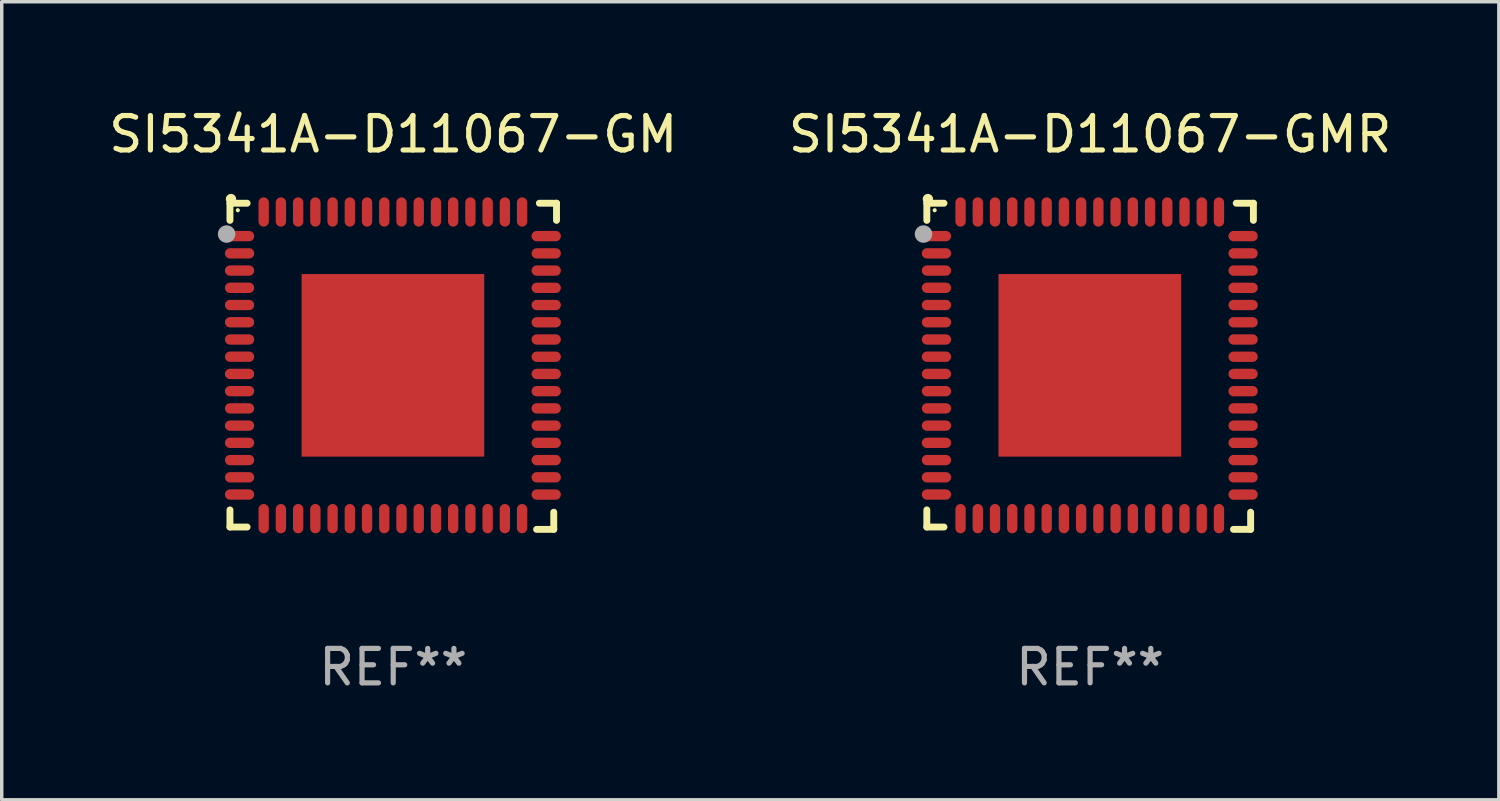
<source format=kicad_pcb>
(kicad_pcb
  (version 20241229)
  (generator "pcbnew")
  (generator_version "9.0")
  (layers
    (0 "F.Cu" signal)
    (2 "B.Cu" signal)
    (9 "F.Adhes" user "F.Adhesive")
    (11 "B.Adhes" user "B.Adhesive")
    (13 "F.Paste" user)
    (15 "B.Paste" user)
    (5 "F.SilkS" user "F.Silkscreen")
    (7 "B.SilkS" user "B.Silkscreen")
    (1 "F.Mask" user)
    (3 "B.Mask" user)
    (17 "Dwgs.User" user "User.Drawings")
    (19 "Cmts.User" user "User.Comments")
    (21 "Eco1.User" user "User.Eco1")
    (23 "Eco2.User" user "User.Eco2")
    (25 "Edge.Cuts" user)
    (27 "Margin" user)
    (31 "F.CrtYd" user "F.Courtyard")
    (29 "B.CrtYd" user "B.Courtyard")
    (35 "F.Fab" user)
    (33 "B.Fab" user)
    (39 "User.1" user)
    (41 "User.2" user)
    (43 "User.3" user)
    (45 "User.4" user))
  (footprint "SI5341A-D11067-GM"
    (layer "F.Cu")
    (at 8.363 7.581)
    (property "Reference" "SI5341A-D11067-GM" (at 0 -6.733 0) (layer "F.SilkS") (effects (font (size 1 1) (thickness 0.15))))
    (attr through_hole)
    (fp_line (start -4.739 -4.733) (end -4.241 -4.733) (stroke (width 0.2) (type solid)) (layer "F.SilkS"))
    (fp_line (start -4.739 -4.235) (end -4.739 -4.733) (stroke (width 0.2) (type solid)) (layer "F.SilkS"))
    (fp_line (start -4.739 4.168) (end -4.739 4.665) (stroke (width 0.2) (type solid)) (layer "F.SilkS"))
    (fp_line (start -4.739 4.665) (end -4.241 4.665) (stroke (width 0.2) (type solid)) (layer "F.SilkS"))
    (fp_line (start 4.161 4.733) (end 4.659 4.733) (stroke (width 0.2) (type solid)) (layer "F.SilkS"))
    (fp_line (start 4.241 -4.733) (end 4.739 -4.733) (stroke (width 0.2) (type solid)) (layer "F.SilkS"))
    (fp_line (start 4.659 4.733) (end 4.659 4.235) (stroke (width 0.2) (type solid)) (layer "F.SilkS"))
    (fp_line (start 4.739 -4.733) (end 4.739 -4.235) (stroke (width 0.2) (type solid)) (layer "F.SilkS"))
    (fp_arc (start -4.708623 -4.85108) (mid -4.708628 -4.85235) (end -4.708623 -4.85362) (stroke (width 0.3) (type solid)) (layer "F.SilkS"))
    (fp_circle (center -4.511 -4.529) (end -4.481 -4.529) (stroke (width 0.06) (type solid)) (fill no) (layer "F.SilkS"))
    (fp_circle (center -4.836 -3.838) (end -4.709 -3.838) (stroke (width 0.254) (type solid)) (fill no) (layer "F.Fab"))
    (fp_text user "REF**" (at 0 8.733 0) (layer "F.Fab") (effects (font (size 1 1) (thickness 0.15))))
    (pad "1" smd oval (at -4.46 -3.778) (size 0.85 0.3) (layers "F.Cu" "F.Mask" "F.Paste"))
    (pad "2" smd oval (at -4.46 -3.278) (size 0.85 0.3) (layers "F.Cu" "F.Mask" "F.Paste"))
    (pad "3" smd oval (at -4.46 -2.778) (size 0.85 0.3) (layers "F.Cu" "F.Mask" "F.Paste"))
    (pad "4" smd oval (at -4.46 -2.278) (size 0.85 0.3) (layers "F.Cu" "F.Mask" "F.Paste"))
    (pad "5" smd oval (at -4.46 -1.778) (size 0.85 0.3) (layers "F.Cu" "F.Mask" "F.Paste"))
    (pad "6" smd oval (at -4.46 -1.278) (size 0.85 0.3) (layers "F.Cu" "F.Mask" "F.Paste"))
    (pad "7" smd oval (at -4.46 -0.778) (size 0.85 0.3) (layers "F.Cu" "F.Mask" "F.Paste"))
    (pad "8" smd oval (at -4.46 -0.278) (size 0.85 0.3) (layers "F.Cu" "F.Mask" "F.Paste"))
    (pad "9" smd oval (at -4.46 0.222) (size 0.85 0.3) (layers "F.Cu" "F.Mask" "F.Paste"))
    (pad "10" smd oval (at -4.46 0.722) (size 0.85 0.3) (layers "F.Cu" "F.Mask" "F.Paste"))
    (pad "11" smd oval (at -4.46 1.222) (size 0.85 0.3) (layers "F.Cu" "F.Mask" "F.Paste"))
    (pad "12" smd oval (at -4.46 1.722) (size 0.85 0.3) (layers "F.Cu" "F.Mask" "F.Paste"))
    (pad "13" smd oval (at -4.46 2.222) (size 0.85 0.3) (layers "F.Cu" "F.Mask" "F.Paste"))
    (pad "14" smd oval (at -4.46 2.722) (size 0.85 0.3) (layers "F.Cu" "F.Mask" "F.Paste"))
    (pad "15" smd oval (at -4.46 3.222) (size 0.85 0.3) (layers "F.Cu" "F.Mask" "F.Paste"))
    (pad "16" smd oval (at -4.46 3.722) (size 0.85 0.3) (layers "F.Cu" "F.Mask" "F.Paste"))
    (pad "17" smd oval (at -3.76 4.422) (size 0.3 0.85) (layers "F.Cu" "F.Mask" "F.Paste"))
    (pad "18" smd oval (at -3.26 4.422) (size 0.3 0.85) (layers "F.Cu" "F.Mask" "F.Paste"))
    (pad "19" smd oval (at -2.76 4.422) (size 0.3 0.85) (layers "F.Cu" "F.Mask" "F.Paste"))
    (pad "20" smd oval (at -2.26 4.422) (size 0.3 0.85) (layers "F.Cu" "F.Mask" "F.Paste"))
    (pad "21" smd oval (at -1.76 4.422) (size 0.3 0.85) (layers "F.Cu" "F.Mask" "F.Paste"))
    (pad "22" smd oval (at -1.26 4.422) (size 0.3 0.85) (layers "F.Cu" "F.Mask" "F.Paste"))
    (pad "23" smd oval (at -0.76 4.422) (size 0.3 0.85) (layers "F.Cu" "F.Mask" "F.Paste"))
    (pad "24" smd oval (at -0.26 4.422) (size 0.3 0.85) (layers "F.Cu" "F.Mask" "F.Paste"))
    (pad "25" smd oval (at 0.24 4.422) (size 0.3 0.85) (layers "F.Cu" "F.Mask" "F.Paste"))
    (pad "26" smd oval (at 0.74 4.422) (size 0.3 0.85) (layers "F.Cu" "F.Mask" "F.Paste"))
    (pad "27" smd oval (at 1.24 4.422) (size 0.3 0.85) (layers "F.Cu" "F.Mask" "F.Paste"))
    (pad "28" smd oval (at 1.74 4.422) (size 0.3 0.85) (layers "F.Cu" "F.Mask" "F.Paste"))
    (pad "29" smd oval (at 2.24 4.422) (size 0.3 0.85) (layers "F.Cu" "F.Mask" "F.Paste"))
    (pad "30" smd oval (at 2.74 4.422) (size 0.3 0.85) (layers "F.Cu" "F.Mask" "F.Paste"))
    (pad "31" smd oval (at 3.24 4.422) (size 0.3 0.85) (layers "F.Cu" "F.Mask" "F.Paste"))
    (pad "32" smd oval (at 3.74 4.422) (size 0.3 0.85) (layers "F.Cu" "F.Mask" "F.Paste"))
    (pad "33" smd oval (at 4.44 3.723) (size 0.85 0.3) (layers "F.Cu" "F.Mask" "F.Paste"))
    (pad "34" smd oval (at 4.44 3.222) (size 0.85 0.3) (layers "F.Cu" "F.Mask" "F.Paste"))
    (pad "35" smd oval (at 4.44 2.723) (size 0.85 0.3) (layers "F.Cu" "F.Mask" "F.Paste"))
    (pad "36" smd oval (at 4.44 2.222) (size 0.85 0.3) (layers "F.Cu" "F.Mask" "F.Paste"))
    (pad "37" smd oval (at 4.44 1.723) (size 0.85 0.3) (layers "F.Cu" "F.Mask" "F.Paste"))
    (pad "38" smd oval (at 4.44 1.222) (size 0.85 0.3) (layers "F.Cu" "F.Mask" "F.Paste"))
    (pad "39" smd oval (at 4.44 0.723) (size 0.85 0.3) (layers "F.Cu" "F.Mask" "F.Paste"))
    (pad "40" smd oval (at 4.44 0.222) (size 0.85 0.3) (layers "F.Cu" "F.Mask" "F.Paste"))
    (pad "41" smd oval (at 4.44 -0.277) (size 0.85 0.3) (layers "F.Cu" "F.Mask" "F.Paste"))
    (pad "42" smd oval (at 4.44 -0.778) (size 0.85 0.3) (layers "F.Cu" "F.Mask" "F.Paste"))
    (pad "43" smd oval (at 4.44 -1.277) (size 0.85 0.3) (layers "F.Cu" "F.Mask" "F.Paste"))
    (pad "44" smd oval (at 4.44 -1.778) (size 0.85 0.3) (layers "F.Cu" "F.Mask" "F.Paste"))
    (pad "45" smd oval (at 4.44 -2.277) (size 0.85 0.3) (layers "F.Cu" "F.Mask" "F.Paste"))
    (pad "46" smd oval (at 4.44 -2.778) (size 0.85 0.3) (layers "F.Cu" "F.Mask" "F.Paste"))
    (pad "47" smd oval (at 4.44 -3.277) (size 0.85 0.3) (layers "F.Cu" "F.Mask" "F.Paste"))
    (pad "48" smd oval (at 4.44 -3.778) (size 0.85 0.3) (layers "F.Cu" "F.Mask" "F.Paste"))
    (pad "49" smd oval (at 3.74 -4.478) (size 0.3 0.85) (layers "F.Cu" "F.Mask" "F.Paste"))
    (pad "50" smd oval (at 3.24 -4.478) (size 0.3 0.85) (layers "F.Cu" "F.Mask" "F.Paste"))
    (pad "51" smd oval (at 2.74 -4.478) (size 0.3 0.85) (layers "F.Cu" "F.Mask" "F.Paste"))
    (pad "52" smd oval (at 2.24 -4.478) (size 0.3 0.85) (layers "F.Cu" "F.Mask" "F.Paste"))
    (pad "53" smd oval (at 1.74 -4.478) (size 0.3 0.85) (layers "F.Cu" "F.Mask" "F.Paste"))
    (pad "54" smd oval (at 1.24 -4.478) (size 0.3 0.85) (layers "F.Cu" "F.Mask" "F.Paste"))
    (pad "55" smd oval (at 0.74 -4.478) (size 0.3 0.85) (layers "F.Cu" "F.Mask" "F.Paste"))
    (pad "56" smd oval (at 0.24 -4.478) (size 0.3 0.85) (layers "F.Cu" "F.Mask" "F.Paste"))
    (pad "57" smd oval (at -0.26 -4.478) (size 0.3 0.85) (layers "F.Cu" "F.Mask" "F.Paste"))
    (pad "58" smd oval (at -0.76 -4.478) (size 0.3 0.85) (layers "F.Cu" "F.Mask" "F.Paste"))
    (pad "59" smd oval (at -1.26 -4.478) (size 0.3 0.85) (layers "F.Cu" "F.Mask" "F.Paste"))
    (pad "60" smd oval (at -1.76 -4.478) (size 0.3 0.85) (layers "F.Cu" "F.Mask" "F.Paste"))
    (pad "61" smd oval (at -2.26 -4.478) (size 0.3 0.85) (layers "F.Cu" "F.Mask" "F.Paste"))
    (pad "62" smd oval (at -2.76 -4.478) (size 0.3 0.85) (layers "F.Cu" "F.Mask" "F.Paste"))
    (pad "63" smd oval (at -3.26 -4.478) (size 0.3 0.85) (layers "F.Cu" "F.Mask" "F.Paste"))
    (pad "64" smd oval (at -3.76 -4.478) (size 0.3 0.85) (layers "F.Cu" "F.Mask" "F.Paste"))
    (pad "65" smd rect (at -0.009 -0.028 90) (size 5.3 5.3) (layers "F.Cu" "F.Mask" "F.Paste")))
  (footprint "SI5341A-D11067-GMR"
    (layer "F.Cu")
    (at 28.589 7.581)
    (property "Reference" "SI5341A-D11067-GMR" (at 0 -6.733 0) (layer "F.SilkS") (effects (font (size 1 1) (thickness 0.15))))
    (attr through_hole)
    (fp_line (start -4.739 -4.733) (end -4.241 -4.733) (stroke (width 0.2) (type solid)) (layer "F.SilkS"))
    (fp_line (start -4.739 -4.235) (end -4.739 -4.733) (stroke (width 0.2) (type solid)) (layer "F.SilkS"))
    (fp_line (start -4.739 4.168) (end -4.739 4.665) (stroke (width 0.2) (type solid)) (layer "F.SilkS"))
    (fp_line (start -4.739 4.665) (end -4.241 4.665) (stroke (width 0.2) (type solid)) (layer "F.SilkS"))
    (fp_line (start 4.161 4.733) (end 4.659 4.733) (stroke (width 0.2) (type solid)) (layer "F.SilkS"))
    (fp_line (start 4.241 -4.733) (end 4.739 -4.733) (stroke (width 0.2) (type solid)) (layer "F.SilkS"))
    (fp_line (start 4.659 4.733) (end 4.659 4.235) (stroke (width 0.2) (type solid)) (layer "F.SilkS"))
    (fp_line (start 4.739 -4.733) (end 4.739 -4.235) (stroke (width 0.2) (type solid)) (layer "F.SilkS"))
    (fp_arc (start -4.708623 -4.85108) (mid -4.708628 -4.85235) (end -4.708623 -4.85362) (stroke (width 0.3) (type solid)) (layer "F.SilkS"))
    (fp_circle (center -4.511 -4.529) (end -4.481 -4.529) (stroke (width 0.06) (type solid)) (fill no) (layer "F.SilkS"))
    (fp_circle (center -4.836 -3.838) (end -4.709 -3.838) (stroke (width 0.254) (type solid)) (fill no) (layer "F.Fab"))
    (fp_text user "REF**" (at 0 8.733 0) (layer "F.Fab") (effects (font (size 1 1) (thickness 0.15))))
    (pad "1" smd oval (at -4.46 -3.778) (size 0.85 0.3) (layers "F.Cu" "F.Mask" "F.Paste"))
    (pad "2" smd oval (at -4.46 -3.278) (size 0.85 0.3) (layers "F.Cu" "F.Mask" "F.Paste"))
    (pad "3" smd oval (at -4.46 -2.778) (size 0.85 0.3) (layers "F.Cu" "F.Mask" "F.Paste"))
    (pad "4" smd oval (at -4.46 -2.278) (size 0.85 0.3) (layers "F.Cu" "F.Mask" "F.Paste"))
    (pad "5" smd oval (at -4.46 -1.778) (size 0.85 0.3) (layers "F.Cu" "F.Mask" "F.Paste"))
    (pad "6" smd oval (at -4.46 -1.278) (size 0.85 0.3) (layers "F.Cu" "F.Mask" "F.Paste"))
    (pad "7" smd oval (at -4.46 -0.778) (size 0.85 0.3) (layers "F.Cu" "F.Mask" "F.Paste"))
    (pad "8" smd oval (at -4.46 -0.278) (size 0.85 0.3) (layers "F.Cu" "F.Mask" "F.Paste"))
    (pad "9" smd oval (at -4.46 0.222) (size 0.85 0.3) (layers "F.Cu" "F.Mask" "F.Paste"))
    (pad "10" smd oval (at -4.46 0.722) (size 0.85 0.3) (layers "F.Cu" "F.Mask" "F.Paste"))
    (pad "11" smd oval (at -4.46 1.222) (size 0.85 0.3) (layers "F.Cu" "F.Mask" "F.Paste"))
    (pad "12" smd oval (at -4.46 1.722) (size 0.85 0.3) (layers "F.Cu" "F.Mask" "F.Paste"))
    (pad "13" smd oval (at -4.46 2.222) (size 0.85 0.3) (layers "F.Cu" "F.Mask" "F.Paste"))
    (pad "14" smd oval (at -4.46 2.722) (size 0.85 0.3) (layers "F.Cu" "F.Mask" "F.Paste"))
    (pad "15" smd oval (at -4.46 3.222) (size 0.85 0.3) (layers "F.Cu" "F.Mask" "F.Paste"))
    (pad "16" smd oval (at -4.46 3.722) (size 0.85 0.3) (layers "F.Cu" "F.Mask" "F.Paste"))
    (pad "17" smd oval (at -3.76 4.422) (size 0.3 0.85) (layers "F.Cu" "F.Mask" "F.Paste"))
    (pad "18" smd oval (at -3.26 4.422) (size 0.3 0.85) (layers "F.Cu" "F.Mask" "F.Paste"))
    (pad "19" smd oval (at -2.76 4.422) (size 0.3 0.85) (layers "F.Cu" "F.Mask" "F.Paste"))
    (pad "20" smd oval (at -2.26 4.422) (size 0.3 0.85) (layers "F.Cu" "F.Mask" "F.Paste"))
    (pad "21" smd oval (at -1.76 4.422) (size 0.3 0.85) (layers "F.Cu" "F.Mask" "F.Paste"))
    (pad "22" smd oval (at -1.26 4.422) (size 0.3 0.85) (layers "F.Cu" "F.Mask" "F.Paste"))
    (pad "23" smd oval (at -0.76 4.422) (size 0.3 0.85) (layers "F.Cu" "F.Mask" "F.Paste"))
    (pad "24" smd oval (at -0.26 4.422) (size 0.3 0.85) (layers "F.Cu" "F.Mask" "F.Paste"))
    (pad "25" smd oval (at 0.24 4.422) (size 0.3 0.85) (layers "F.Cu" "F.Mask" "F.Paste"))
    (pad "26" smd oval (at 0.74 4.422) (size 0.3 0.85) (layers "F.Cu" "F.Mask" "F.Paste"))
    (pad "27" smd oval (at 1.24 4.422) (size 0.3 0.85) (layers "F.Cu" "F.Mask" "F.Paste"))
    (pad "28" smd oval (at 1.74 4.422) (size 0.3 0.85) (layers "F.Cu" "F.Mask" "F.Paste"))
    (pad "29" smd oval (at 2.24 4.422) (size 0.3 0.85) (layers "F.Cu" "F.Mask" "F.Paste"))
    (pad "30" smd oval (at 2.74 4.422) (size 0.3 0.85) (layers "F.Cu" "F.Mask" "F.Paste"))
    (pad "31" smd oval (at 3.24 4.422) (size 0.3 0.85) (layers "F.Cu" "F.Mask" "F.Paste"))
    (pad "32" smd oval (at 3.74 4.422) (size 0.3 0.85) (layers "F.Cu" "F.Mask" "F.Paste"))
    (pad "33" smd oval (at 4.44 3.723) (size 0.85 0.3) (layers "F.Cu" "F.Mask" "F.Paste"))
    (pad "34" smd oval (at 4.44 3.222) (size 0.85 0.3) (layers "F.Cu" "F.Mask" "F.Paste"))
    (pad "35" smd oval (at 4.44 2.723) (size 0.85 0.3) (layers "F.Cu" "F.Mask" "F.Paste"))
    (pad "36" smd oval (at 4.44 2.222) (size 0.85 0.3) (layers "F.Cu" "F.Mask" "F.Paste"))
    (pad "37" smd oval (at 4.44 1.723) (size 0.85 0.3) (layers "F.Cu" "F.Mask" "F.Paste"))
    (pad "38" smd oval (at 4.44 1.222) (size 0.85 0.3) (layers "F.Cu" "F.Mask" "F.Paste"))
    (pad "39" smd oval (at 4.44 0.723) (size 0.85 0.3) (layers "F.Cu" "F.Mask" "F.Paste"))
    (pad "40" smd oval (at 4.44 0.222) (size 0.85 0.3) (layers "F.Cu" "F.Mask" "F.Paste"))
    (pad "41" smd oval (at 4.44 -0.277) (size 0.85 0.3) (layers "F.Cu" "F.Mask" "F.Paste"))
    (pad "42" smd oval (at 4.44 -0.778) (size 0.85 0.3) (layers "F.Cu" "F.Mask" "F.Paste"))
    (pad "43" smd oval (at 4.44 -1.277) (size 0.85 0.3) (layers "F.Cu" "F.Mask" "F.Paste"))
    (pad "44" smd oval (at 4.44 -1.778) (size 0.85 0.3) (layers "F.Cu" "F.Mask" "F.Paste"))
    (pad "45" smd oval (at 4.44 -2.277) (size 0.85 0.3) (layers "F.Cu" "F.Mask" "F.Paste"))
    (pad "46" smd oval (at 4.44 -2.778) (size 0.85 0.3) (layers "F.Cu" "F.Mask" "F.Paste"))
    (pad "47" smd oval (at 4.44 -3.277) (size 0.85 0.3) (layers "F.Cu" "F.Mask" "F.Paste"))
    (pad "48" smd oval (at 4.44 -3.778) (size 0.85 0.3) (layers "F.Cu" "F.Mask" "F.Paste"))
    (pad "49" smd oval (at 3.74 -4.478) (size 0.3 0.85) (layers "F.Cu" "F.Mask" "F.Paste"))
    (pad "50" smd oval (at 3.24 -4.478) (size 0.3 0.85) (layers "F.Cu" "F.Mask" "F.Paste"))
    (pad "51" smd oval (at 2.74 -4.478) (size 0.3 0.85) (layers "F.Cu" "F.Mask" "F.Paste"))
    (pad "52" smd oval (at 2.24 -4.478) (size 0.3 0.85) (layers "F.Cu" "F.Mask" "F.Paste"))
    (pad "53" smd oval (at 1.74 -4.478) (size 0.3 0.85) (layers "F.Cu" "F.Mask" "F.Paste"))
    (pad "54" smd oval (at 1.24 -4.478) (size 0.3 0.85) (layers "F.Cu" "F.Mask" "F.Paste"))
    (pad "55" smd oval (at 0.74 -4.478) (size 0.3 0.85) (layers "F.Cu" "F.Mask" "F.Paste"))
    (pad "56" smd oval (at 0.24 -4.478) (size 0.3 0.85) (layers "F.Cu" "F.Mask" "F.Paste"))
    (pad "57" smd oval (at -0.26 -4.478) (size 0.3 0.85) (layers "F.Cu" "F.Mask" "F.Paste"))
    (pad "58" smd oval (at -0.76 -4.478) (size 0.3 0.85) (layers "F.Cu" "F.Mask" "F.Paste"))
    (pad "59" smd oval (at -1.26 -4.478) (size 0.3 0.85) (layers "F.Cu" "F.Mask" "F.Paste"))
    (pad "60" smd oval (at -1.76 -4.478) (size 0.3 0.85) (layers "F.Cu" "F.Mask" "F.Paste"))
    (pad "61" smd oval (at -2.26 -4.478) (size 0.3 0.85) (layers "F.Cu" "F.Mask" "F.Paste"))
    (pad "62" smd oval (at -2.76 -4.478) (size 0.3 0.85) (layers "F.Cu" "F.Mask" "F.Paste"))
    (pad "63" smd oval (at -3.26 -4.478) (size 0.3 0.85) (layers "F.Cu" "F.Mask" "F.Paste"))
    (pad "64" smd oval (at -3.76 -4.478) (size 0.3 0.85) (layers "F.Cu" "F.Mask" "F.Paste"))
    (pad "65" smd rect (at -0.009 -0.028 90) (size 5.3 5.3) (layers "F.Cu" "F.Mask" "F.Paste")))
  (gr_rect
    (start -3 -3)
    (end 40.452 20.162)
    (stroke (width 0.1) (type default))
    (fill no)
    (layer "Edge.Cuts")))
</source>
